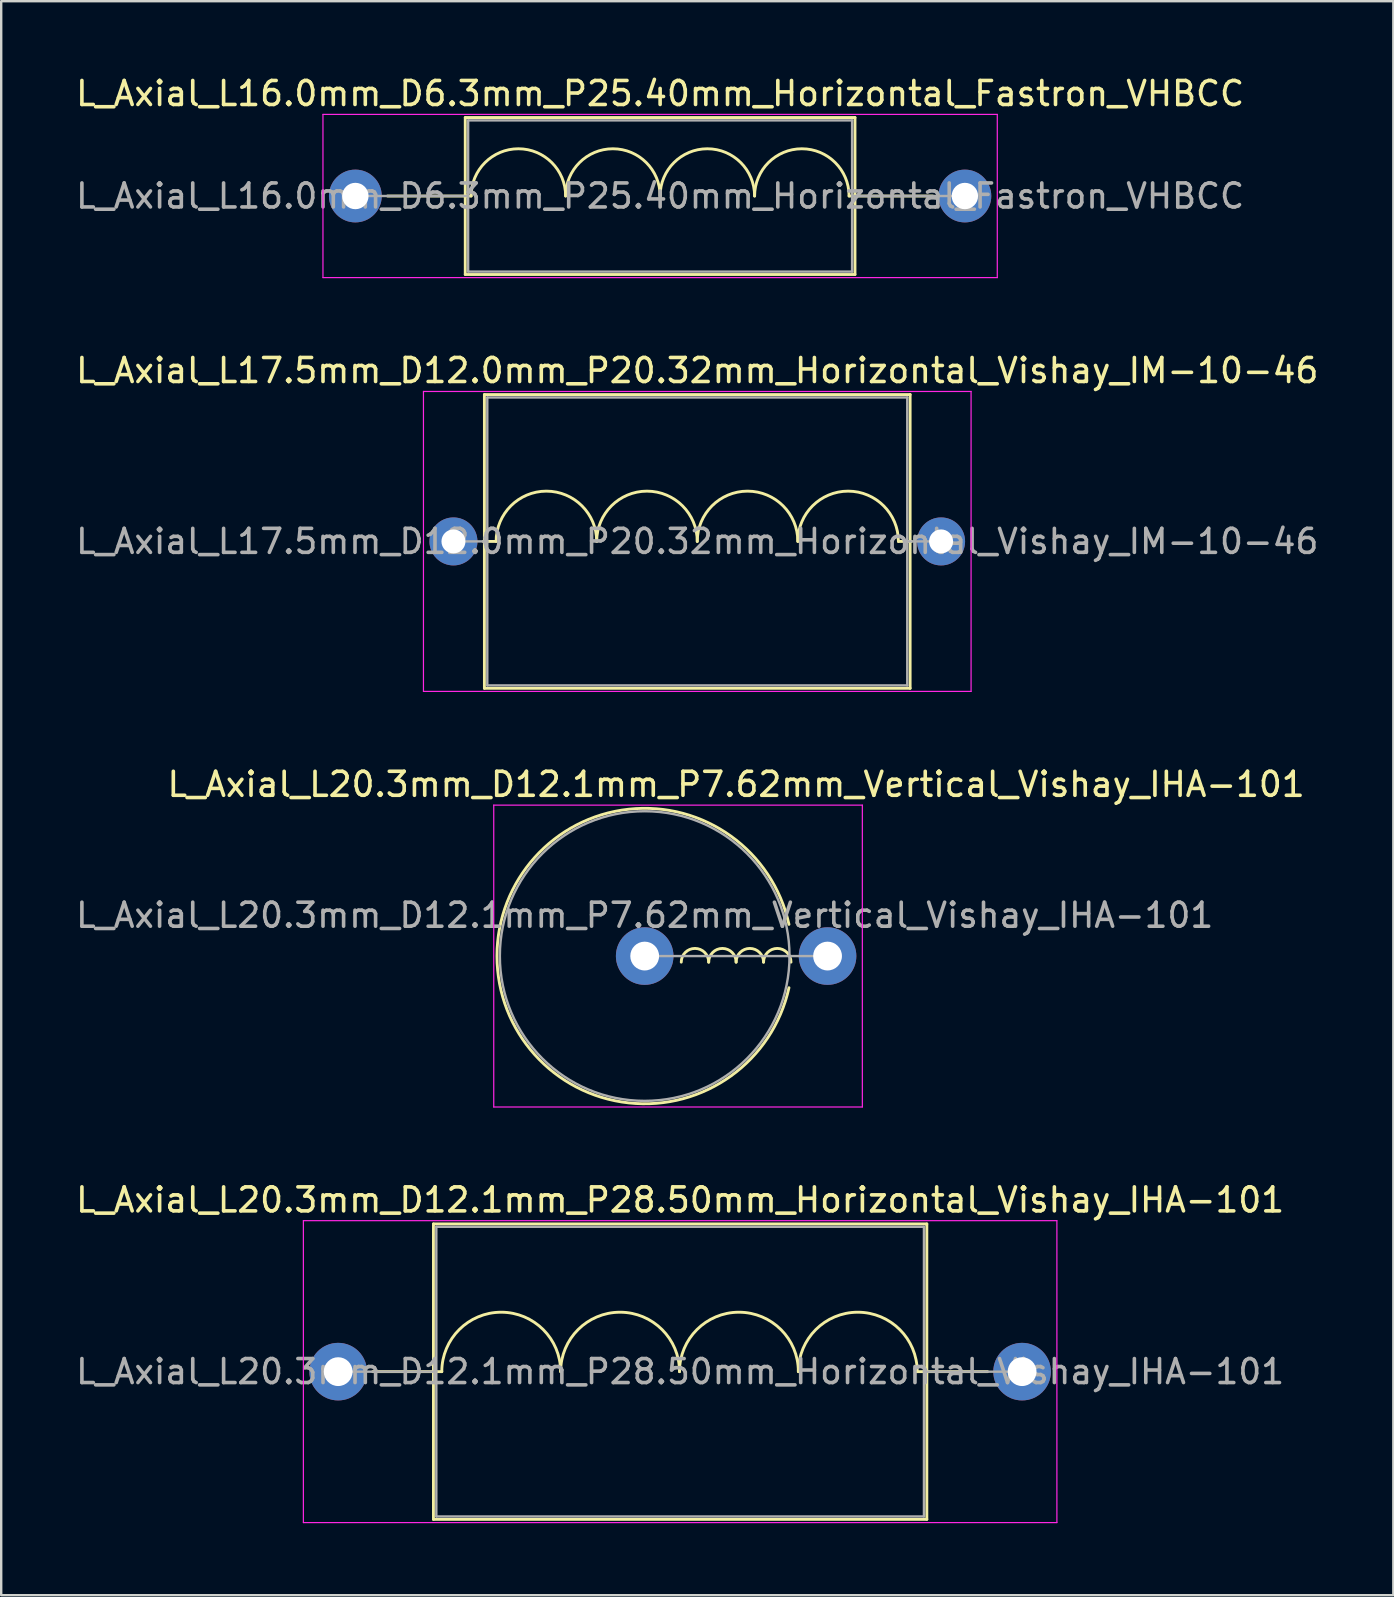
<source format=kicad_pcb>
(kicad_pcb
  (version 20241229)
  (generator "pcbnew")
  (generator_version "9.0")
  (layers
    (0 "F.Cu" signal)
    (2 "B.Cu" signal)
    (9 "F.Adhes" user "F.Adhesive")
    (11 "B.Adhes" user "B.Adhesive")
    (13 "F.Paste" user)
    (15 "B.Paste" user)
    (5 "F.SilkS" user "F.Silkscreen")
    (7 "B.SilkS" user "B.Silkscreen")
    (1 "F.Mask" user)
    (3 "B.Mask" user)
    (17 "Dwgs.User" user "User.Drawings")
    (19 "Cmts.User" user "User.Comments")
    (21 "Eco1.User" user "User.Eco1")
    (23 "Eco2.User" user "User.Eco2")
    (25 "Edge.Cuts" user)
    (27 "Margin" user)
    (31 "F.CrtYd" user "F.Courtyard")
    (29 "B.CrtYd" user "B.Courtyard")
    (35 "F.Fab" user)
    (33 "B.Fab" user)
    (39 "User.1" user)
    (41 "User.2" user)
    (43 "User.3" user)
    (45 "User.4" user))
  (footprint "L_Axial_L16.0mm_D6.3mm_P25.40mm_Horizontal_Fastron_VHBCC"
    (layer "F.Cu")
    (at 11.758 5.118)
    (property "Reference" "L_Axial_L16.0mm_D6.3mm_P25.40mm_Horizontal_Fastron_VHBCC" (at 12.7 -4.27 0) (layer "F.SilkS") (effects (font (size 1 1) (thickness 0.15))))
    (attr through_hole)
    (fp_line (start 1.34 0) (end 4.58 0) (stroke (width 0.12) (type solid)) (layer "F.SilkS"))
    (fp_line (start 4.58 -3.27) (end 4.58 3.27) (stroke (width 0.12) (type solid)) (layer "F.SilkS"))
    (fp_line (start 4.58 3.27) (end 20.82 3.27) (stroke (width 0.12) (type solid)) (layer "F.SilkS"))
    (fp_line (start 4.826 0) (end 4.58 0) (stroke (width 0.12) (type solid)) (layer "F.SilkS"))
    (fp_line (start 20.574 0) (end 20.828 0) (stroke (width 0.12) (type solid)) (layer "F.SilkS"))
    (fp_line (start 20.82 -3.27) (end 4.58 -3.27) (stroke (width 0.12) (type solid)) (layer "F.SilkS"))
    (fp_line (start 20.82 3.27) (end 20.82 -3.27) (stroke (width 0.12) (type solid)) (layer "F.SilkS"))
    (fp_line (start 24.06 0) (end 20.82 0) (stroke (width 0.12) (type solid)) (layer "F.SilkS"))
    (fp_arc (start 4.826 0) (mid 6.7945 -1.9685) (end 8.763 0) (stroke (width 0.12) (type solid)) (layer "F.SilkS"))
    (fp_arc (start 8.763 0) (mid 10.7315 -1.9685) (end 12.7 0) (stroke (width 0.12) (type solid)) (layer "F.SilkS"))
    (fp_arc (start 12.7 0) (mid 14.6685 -1.9685) (end 16.637 0) (stroke (width 0.12) (type solid)) (layer "F.SilkS"))
    (fp_arc (start 16.637 0) (mid 18.6055 -1.9685) (end 20.574 0) (stroke (width 0.12) (type solid)) (layer "F.SilkS"))
    (fp_line (start -1.35 -3.4) (end -1.35 3.4) (stroke (width 0.05) (type solid)) (layer "F.CrtYd"))
    (fp_line (start -1.35 3.4) (end 26.75 3.4) (stroke (width 0.05) (type solid)) (layer "F.CrtYd"))
    (fp_line (start 26.75 -3.4) (end -1.35 -3.4) (stroke (width 0.05) (type solid)) (layer "F.CrtYd"))
    (fp_line (start 26.75 3.4) (end 26.75 -3.4) (stroke (width 0.05) (type solid)) (layer "F.CrtYd"))
    (fp_line (start 0 0) (end 4.7 0) (stroke (width 0.1) (type solid)) (layer "F.Fab"))
    (fp_line (start 4.7 -3.15) (end 4.7 3.15) (stroke (width 0.1) (type solid)) (layer "F.Fab"))
    (fp_line (start 4.7 3.15) (end 20.7 3.15) (stroke (width 0.1) (type solid)) (layer "F.Fab"))
    (fp_line (start 20.7 -3.15) (end 4.7 -3.15) (stroke (width 0.1) (type solid)) (layer "F.Fab"))
    (fp_line (start 20.7 3.15) (end 20.7 -3.15) (stroke (width 0.1) (type solid)) (layer "F.Fab"))
    (fp_line (start 25.4 0) (end 20.7 0) (stroke (width 0.1) (type solid)) (layer "F.Fab"))
    (fp_text user "${REFERENCE}" (at 12.7 0 0) (layer "F.Fab") (effects (font (size 1 1) (thickness 0.15))))
    (pad "1" thru_hole circle (at 0 0) (size 2.2 2.2) (drill 1.1) (layers "*.Cu" "*.Mask"))
    (pad "2" thru_hole oval (at 25.4 0) (size 2.2 2.2) (drill 1.1) (layers "*.Cu" "*.Mask")))
  (footprint "L_Axial_L20.3mm_D12.1mm_P28.50mm_Horizontal_Vishay_IHA-101"
    (layer "F.Cu")
    (at 11.042 54.108)
    (property "Reference" "L_Axial_L20.3mm_D12.1mm_P28.50mm_Horizontal_Vishay_IHA-101" (at 14.25 -7.155 0) (layer "F.SilkS") (effects (font (size 1 1) (thickness 0.15))))
    (attr through_hole)
    (fp_line (start 1.44 0) (end 3.97 0) (stroke (width 0.12) (type solid)) (layer "F.SilkS"))
    (fp_line (start 3.97 -6.155) (end 3.97 6.155) (stroke (width 0.12) (type solid)) (layer "F.SilkS"))
    (fp_line (start 3.97 6.155) (end 24.53 6.155) (stroke (width 0.12) (type solid)) (layer "F.SilkS"))
    (fp_line (start 4.318 0) (end 3.97 0) (stroke (width 0.12) (type solid)) (layer "F.SilkS"))
    (fp_line (start 24.13 0) (end 24.511 0) (stroke (width 0.12) (type solid)) (layer "F.SilkS"))
    (fp_line (start 24.53 -6.155) (end 3.97 -6.155) (stroke (width 0.12) (type solid)) (layer "F.SilkS"))
    (fp_line (start 24.53 6.155) (end 24.53 -6.155) (stroke (width 0.12) (type solid)) (layer "F.SilkS"))
    (fp_line (start 27.06 0) (end 24.53 0) (stroke (width 0.12) (type solid)) (layer "F.SilkS"))
    (fp_arc (start 4.318 0) (mid 6.7945 -2.4765) (end 9.271 0) (stroke (width 0.12) (type solid)) (layer "F.SilkS"))
    (fp_arc (start 9.271 0) (mid 11.7475 -2.4765) (end 14.224 0) (stroke (width 0.12) (type solid)) (layer "F.SilkS"))
    (fp_arc (start 14.224 0) (mid 16.7005 -2.4765) (end 19.177 0) (stroke (width 0.12) (type solid)) (layer "F.SilkS"))
    (fp_arc (start 19.177 0) (mid 21.6535 -2.4765) (end 24.13 0) (stroke (width 0.12) (type solid)) (layer "F.SilkS"))
    (fp_line (start -1.45 -6.29) (end -1.45 6.29) (stroke (width 0.05) (type solid)) (layer "F.CrtYd"))
    (fp_line (start -1.45 6.29) (end 29.95 6.29) (stroke (width 0.05) (type solid)) (layer "F.CrtYd"))
    (fp_line (start 29.95 -6.29) (end -1.45 -6.29) (stroke (width 0.05) (type solid)) (layer "F.CrtYd"))
    (fp_line (start 29.95 6.29) (end 29.95 -6.29) (stroke (width 0.05) (type solid)) (layer "F.CrtYd"))
    (fp_line (start 0 0) (end 4.09 0) (stroke (width 0.1) (type solid)) (layer "F.Fab"))
    (fp_line (start 4.09 -6.035) (end 4.09 6.035) (stroke (width 0.1) (type solid)) (layer "F.Fab"))
    (fp_line (start 4.09 6.035) (end 24.41 6.035) (stroke (width 0.1) (type solid)) (layer "F.Fab"))
    (fp_line (start 24.41 -6.035) (end 4.09 -6.035) (stroke (width 0.1) (type solid)) (layer "F.Fab"))
    (fp_line (start 24.41 6.035) (end 24.41 -6.035) (stroke (width 0.1) (type solid)) (layer "F.Fab"))
    (fp_line (start 28.5 0) (end 24.41 0) (stroke (width 0.1) (type solid)) (layer "F.Fab"))
    (fp_text user "${REFERENCE}" (at 14.25 0 0) (layer "F.Fab") (effects (font (size 1 1) (thickness 0.15))))
    (pad "1" thru_hole circle (at 0 0) (size 2.4 2.4) (drill 1.2) (layers "*.Cu" "*.Mask"))
    (pad "2" thru_hole oval (at 28.5 0) (size 2.4 2.4) (drill 1.2) (layers "*.Cu" "*.Mask")))
  (footprint "L_Axial_L20.3mm_D12.1mm_P7.62mm_Vertical_Vishay_IHA-101"
    (layer "F.Cu")
    (at 23.815 36.79)
    (property "Reference" "L_Axial_L20.3mm_D12.1mm_P7.62mm_Vertical_Vishay_IHA-101" (at 3.81 -7.155 0) (layer "F.SilkS") (effects (font (size 1 1) (thickness 0.15))))
    (attr through_hole)
    (fp_arc (start 1.524 0.254) (mid 2.0955 -0.3175) (end 2.667 0.254) (stroke (width 0.12) (type solid)) (layer "F.SilkS"))
    (fp_arc (start 2.667 0.254) (mid 3.2385 -0.3175) (end 3.81 0.254) (stroke (width 0.12) (type solid)) (layer "F.SilkS"))
    (fp_arc (start 3.81 0.254) (mid 4.3815 -0.3175) (end 4.953 0.254) (stroke (width 0.12) (type solid)) (layer "F.SilkS"))
    (fp_arc (start 4.953 0.254) (mid 5.5245 -0.3175) (end 6.096 0.254) (stroke (width 0.12) (type solid)) (layer "F.SilkS"))
    (fp_arc (start 6.01179 1.32) (mid -6.155 0) (end 6.01179 -1.32) (stroke (width 0.12) (type solid)) (layer "F.SilkS"))
    (fp_line (start -6.29 -6.29) (end -6.29 6.29) (stroke (width 0.05) (type solid)) (layer "F.CrtYd"))
    (fp_line (start -6.29 6.29) (end 9.07 6.29) (stroke (width 0.05) (type solid)) (layer "F.CrtYd"))
    (fp_line (start 9.07 -6.29) (end -6.29 -6.29) (stroke (width 0.05) (type solid)) (layer "F.CrtYd"))
    (fp_line (start 9.07 6.29) (end 9.07 -6.29) (stroke (width 0.05) (type solid)) (layer "F.CrtYd"))
    (fp_line (start 0 0) (end 7.62 0) (stroke (width 0.1) (type solid)) (layer "F.Fab"))
    (fp_circle (center 0 0) (end 6.035 0) (stroke (width 0.1) (type solid)) (fill no) (layer "F.Fab"))
    (fp_text user "${REFERENCE}" (at 0 -1.7 0) (layer "F.Fab") (effects (font (size 1 1) (thickness 0.15))))
    (pad "1" thru_hole circle (at 0 0) (size 2.4 2.4) (drill 1.2) (layers "*.Cu" "*.Mask"))
    (pad "2" thru_hole oval (at 7.62 0) (size 2.4 2.4) (drill 1.2) (layers "*.Cu" "*.Mask")))
  (footprint "L_Axial_L17.5mm_D12.0mm_P20.32mm_Horizontal_Vishay_IM-10-46"
    (layer "F.Cu")
    (at 15.846 19.512)
    (property "Reference" "L_Axial_L17.5mm_D12.0mm_P20.32mm_Horizontal_Vishay_IM-10-46" (at 10.16 -7.12 0) (layer "F.SilkS") (effects (font (size 1 1) (thickness 0.15))))
    (attr through_hole)
    (fp_line (start 1.24 0) (end 1.29 0) (stroke (width 0.12) (type solid)) (layer "F.SilkS"))
    (fp_line (start 1.29 -6.12) (end 1.29 6.12) (stroke (width 0.12) (type solid)) (layer "F.SilkS"))
    (fp_line (start 1.29 6.12) (end 19.03 6.12) (stroke (width 0.12) (type solid)) (layer "F.SilkS"))
    (fp_line (start 1.778 0) (end 1.29 0) (stroke (width 0.12) (type solid)) (layer "F.SilkS"))
    (fp_line (start 18.542 0) (end 19.03 0) (stroke (width 0.12) (type solid)) (layer "F.SilkS"))
    (fp_line (start 19.03 -6.12) (end 1.29 -6.12) (stroke (width 0.12) (type solid)) (layer "F.SilkS"))
    (fp_line (start 19.03 6.12) (end 19.03 -6.12) (stroke (width 0.12) (type solid)) (layer "F.SilkS"))
    (fp_line (start 19.08 0) (end 19.03 0) (stroke (width 0.12) (type solid)) (layer "F.SilkS"))
    (fp_arc (start 1.778 0) (mid 3.8735 -2.0955) (end 5.969 0) (stroke (width 0.12) (type solid)) (layer "F.SilkS"))
    (fp_arc (start 5.969 0) (mid 8.0645 -2.0955) (end 10.16 0) (stroke (width 0.12) (type solid)) (layer "F.SilkS"))
    (fp_arc (start 10.16 0) (mid 12.2555 -2.0955) (end 14.351 0) (stroke (width 0.12) (type solid)) (layer "F.SilkS"))
    (fp_arc (start 14.351 0) (mid 16.4465 -2.0955) (end 18.542 0) (stroke (width 0.12) (type solid)) (layer "F.SilkS"))
    (fp_line (start -1.25 -6.25) (end -1.25 6.25) (stroke (width 0.05) (type solid)) (layer "F.CrtYd"))
    (fp_line (start -1.25 6.25) (end 21.57 6.25) (stroke (width 0.05) (type solid)) (layer "F.CrtYd"))
    (fp_line (start 21.57 -6.25) (end -1.25 -6.25) (stroke (width 0.05) (type solid)) (layer "F.CrtYd"))
    (fp_line (start 21.57 6.25) (end 21.57 -6.25) (stroke (width 0.05) (type solid)) (layer "F.CrtYd"))
    (fp_line (start 0 0) (end 1.41 0) (stroke (width 0.1) (type solid)) (layer "F.Fab"))
    (fp_line (start 1.41 -6) (end 1.41 6) (stroke (width 0.1) (type solid)) (layer "F.Fab"))
    (fp_line (start 1.41 6) (end 18.91 6) (stroke (width 0.1) (type solid)) (layer "F.Fab"))
    (fp_line (start 18.91 -6) (end 1.41 -6) (stroke (width 0.1) (type solid)) (layer "F.Fab"))
    (fp_line (start 18.91 6) (end 18.91 -6) (stroke (width 0.1) (type solid)) (layer "F.Fab"))
    (fp_line (start 20.32 0) (end 18.91 0) (stroke (width 0.1) (type solid)) (layer "F.Fab"))
    (fp_text user "${REFERENCE}" (at 10.16 0 0) (layer "F.Fab") (effects (font (size 1 1) (thickness 0.15))))
    (pad "1" thru_hole circle (at 0 0) (size 2 2) (drill 1) (layers "*.Cu" "*.Mask"))
    (pad "2" thru_hole oval (at 20.32 0) (size 2 2) (drill 1) (layers "*.Cu" "*.Mask")))
  (gr_rect
    (start -3 -3)
    (end 55.012 63.423)
    (stroke (width 0.1) (type default))
    (fill no)
    (layer "Edge.Cuts")))
</source>
